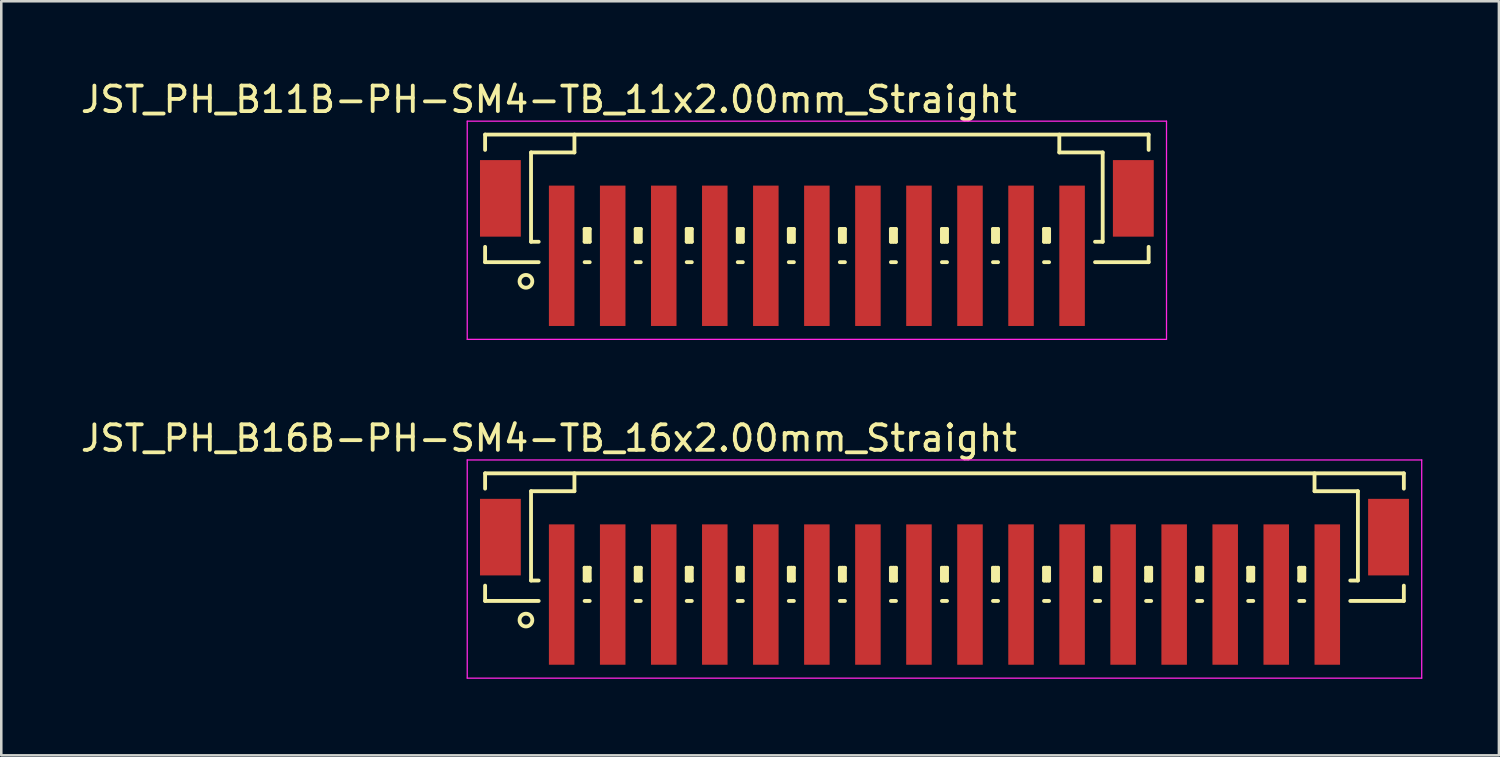
<source format=kicad_pcb>
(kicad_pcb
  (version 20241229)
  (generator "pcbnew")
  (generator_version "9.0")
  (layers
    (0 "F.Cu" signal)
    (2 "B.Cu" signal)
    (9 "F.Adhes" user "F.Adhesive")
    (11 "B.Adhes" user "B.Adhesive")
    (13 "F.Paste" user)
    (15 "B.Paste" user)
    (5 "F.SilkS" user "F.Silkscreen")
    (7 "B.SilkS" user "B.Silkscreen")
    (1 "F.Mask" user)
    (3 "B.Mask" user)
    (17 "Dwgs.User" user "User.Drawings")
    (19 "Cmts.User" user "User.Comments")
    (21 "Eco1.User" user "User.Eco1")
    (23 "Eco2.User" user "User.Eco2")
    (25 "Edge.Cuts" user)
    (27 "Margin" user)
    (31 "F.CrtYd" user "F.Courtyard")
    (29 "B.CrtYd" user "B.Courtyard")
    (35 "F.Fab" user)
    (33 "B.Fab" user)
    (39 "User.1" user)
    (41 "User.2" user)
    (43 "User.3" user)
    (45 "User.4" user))
  (footprint "JST_PH_B16B-PH-SM4-TB_16x2.00mm_Straight"
    (layer "F.Cu")
    (at 33.958 19.122)
    (property "Reference" "JST_PH_B16B-PH-SM4-TB_16x2.00mm_Straight" (at -15.5 -5 0) (layer "F.SilkS") (effects (font (size 1 1) (thickness 0.15))))
    (attr smd)
    (fp_line (start -18 -3.625) (end 18 -3.625) (stroke (width 0.15) (type solid)) (layer "F.SilkS"))
    (fp_line (start -18 -3.025) (end -18 -3.625) (stroke (width 0.15) (type solid)) (layer "F.SilkS"))
    (fp_line (start -18 0.775) (end -18 1.375) (stroke (width 0.15) (type solid)) (layer "F.SilkS"))
    (fp_line (start -18 1.375) (end -15.9 1.375) (stroke (width 0.15) (type solid)) (layer "F.SilkS"))
    (fp_line (start -16.2 -2.925) (end -16.2 0.575) (stroke (width 0.15) (type solid)) (layer "F.SilkS"))
    (fp_line (start -16.2 0.575) (end -15.9 0.575) (stroke (width 0.15) (type solid)) (layer "F.SilkS"))
    (fp_line (start -14.5 -3.625) (end -14.5 -2.925) (stroke (width 0.15) (type solid)) (layer "F.SilkS"))
    (fp_line (start -14.5 -2.925) (end -16.2 -2.925) (stroke (width 0.15) (type solid)) (layer "F.SilkS"))
    (fp_line (start -14.1 0.075) (end -13.9 0.075) (stroke (width 0.15) (type solid)) (layer "F.SilkS"))
    (fp_line (start -14.1 0.575) (end -14.1 0.075) (stroke (width 0.15) (type solid)) (layer "F.SilkS"))
    (fp_line (start -14.1 0.575) (end -13.9 0.575) (stroke (width 0.15) (type solid)) (layer "F.SilkS"))
    (fp_line (start -14.1 1.375) (end -13.9 1.375) (stroke (width 0.15) (type solid)) (layer "F.SilkS"))
    (fp_line (start -14 0.575) (end -14 0.075) (stroke (width 0.15) (type solid)) (layer "F.SilkS"))
    (fp_line (start -13.9 0.075) (end -13.9 0.575) (stroke (width 0.15) (type solid)) (layer "F.SilkS"))
    (fp_line (start -12.1 0.075) (end -11.9 0.075) (stroke (width 0.15) (type solid)) (layer "F.SilkS"))
    (fp_line (start -12.1 0.575) (end -12.1 0.075) (stroke (width 0.15) (type solid)) (layer "F.SilkS"))
    (fp_line (start -12.1 0.575) (end -11.9 0.575) (stroke (width 0.15) (type solid)) (layer "F.SilkS"))
    (fp_line (start -12.1 1.375) (end -11.9 1.375) (stroke (width 0.15) (type solid)) (layer "F.SilkS"))
    (fp_line (start -12 0.575) (end -12 0.075) (stroke (width 0.15) (type solid)) (layer "F.SilkS"))
    (fp_line (start -11.9 0.075) (end -11.9 0.575) (stroke (width 0.15) (type solid)) (layer "F.SilkS"))
    (fp_line (start -10.1 0.075) (end -9.9 0.075) (stroke (width 0.15) (type solid)) (layer "F.SilkS"))
    (fp_line (start -10.1 0.575) (end -10.1 0.075) (stroke (width 0.15) (type solid)) (layer "F.SilkS"))
    (fp_line (start -10.1 0.575) (end -9.9 0.575) (stroke (width 0.15) (type solid)) (layer "F.SilkS"))
    (fp_line (start -10.1 1.375) (end -9.9 1.375) (stroke (width 0.15) (type solid)) (layer "F.SilkS"))
    (fp_line (start -10 0.575) (end -10 0.075) (stroke (width 0.15) (type solid)) (layer "F.SilkS"))
    (fp_line (start -9.9 0.075) (end -9.9 0.575) (stroke (width 0.15) (type solid)) (layer "F.SilkS"))
    (fp_line (start -8.1 0.075) (end -7.9 0.075) (stroke (width 0.15) (type solid)) (layer "F.SilkS"))
    (fp_line (start -8.1 0.575) (end -8.1 0.075) (stroke (width 0.15) (type solid)) (layer "F.SilkS"))
    (fp_line (start -8.1 0.575) (end -7.9 0.575) (stroke (width 0.15) (type solid)) (layer "F.SilkS"))
    (fp_line (start -8.1 1.375) (end -7.9 1.375) (stroke (width 0.15) (type solid)) (layer "F.SilkS"))
    (fp_line (start -8 0.575) (end -8 0.075) (stroke (width 0.15) (type solid)) (layer "F.SilkS"))
    (fp_line (start -7.9 0.075) (end -7.9 0.575) (stroke (width 0.15) (type solid)) (layer "F.SilkS"))
    (fp_line (start -6.1 0.075) (end -5.9 0.075) (stroke (width 0.15) (type solid)) (layer "F.SilkS"))
    (fp_line (start -6.1 0.575) (end -6.1 0.075) (stroke (width 0.15) (type solid)) (layer "F.SilkS"))
    (fp_line (start -6.1 0.575) (end -5.9 0.575) (stroke (width 0.15) (type solid)) (layer "F.SilkS"))
    (fp_line (start -6.1 1.375) (end -5.9 1.375) (stroke (width 0.15) (type solid)) (layer "F.SilkS"))
    (fp_line (start -6 0.575) (end -6 0.075) (stroke (width 0.15) (type solid)) (layer "F.SilkS"))
    (fp_line (start -5.9 0.075) (end -5.9 0.575) (stroke (width 0.15) (type solid)) (layer "F.SilkS"))
    (fp_line (start -4.1 0.075) (end -3.9 0.075) (stroke (width 0.15) (type solid)) (layer "F.SilkS"))
    (fp_line (start -4.1 0.575) (end -4.1 0.075) (stroke (width 0.15) (type solid)) (layer "F.SilkS"))
    (fp_line (start -4.1 0.575) (end -3.9 0.575) (stroke (width 0.15) (type solid)) (layer "F.SilkS"))
    (fp_line (start -4.1 1.375) (end -3.9 1.375) (stroke (width 0.15) (type solid)) (layer "F.SilkS"))
    (fp_line (start -4 0.575) (end -4 0.075) (stroke (width 0.15) (type solid)) (layer "F.SilkS"))
    (fp_line (start -3.9 0.075) (end -3.9 0.575) (stroke (width 0.15) (type solid)) (layer "F.SilkS"))
    (fp_line (start -2.1 0.075) (end -1.9 0.075) (stroke (width 0.15) (type solid)) (layer "F.SilkS"))
    (fp_line (start -2.1 0.575) (end -2.1 0.075) (stroke (width 0.15) (type solid)) (layer "F.SilkS"))
    (fp_line (start -2.1 0.575) (end -1.9 0.575) (stroke (width 0.15) (type solid)) (layer "F.SilkS"))
    (fp_line (start -2.1 1.375) (end -1.9 1.375) (stroke (width 0.15) (type solid)) (layer "F.SilkS"))
    (fp_line (start -2 0.575) (end -2 0.075) (stroke (width 0.15) (type solid)) (layer "F.SilkS"))
    (fp_line (start -1.9 0.075) (end -1.9 0.575) (stroke (width 0.15) (type solid)) (layer "F.SilkS"))
    (fp_line (start -0.1 0.075) (end 0.1 0.075) (stroke (width 0.15) (type solid)) (layer "F.SilkS"))
    (fp_line (start -0.1 0.575) (end -0.1 0.075) (stroke (width 0.15) (type solid)) (layer "F.SilkS"))
    (fp_line (start -0.1 0.575) (end 0.1 0.575) (stroke (width 0.15) (type solid)) (layer "F.SilkS"))
    (fp_line (start -0.1 1.375) (end 0.1 1.375) (stroke (width 0.15) (type solid)) (layer "F.SilkS"))
    (fp_line (start 0 0.575) (end 0 0.075) (stroke (width 0.15) (type solid)) (layer "F.SilkS"))
    (fp_line (start 0.1 0.075) (end 0.1 0.575) (stroke (width 0.15) (type solid)) (layer "F.SilkS"))
    (fp_line (start 1.9 0.075) (end 2.1 0.075) (stroke (width 0.15) (type solid)) (layer "F.SilkS"))
    (fp_line (start 1.9 0.575) (end 1.9 0.075) (stroke (width 0.15) (type solid)) (layer "F.SilkS"))
    (fp_line (start 1.9 0.575) (end 2.1 0.575) (stroke (width 0.15) (type solid)) (layer "F.SilkS"))
    (fp_line (start 1.9 1.375) (end 2.1 1.375) (stroke (width 0.15) (type solid)) (layer "F.SilkS"))
    (fp_line (start 2 0.575) (end 2 0.075) (stroke (width 0.15) (type solid)) (layer "F.SilkS"))
    (fp_line (start 2.1 0.075) (end 2.1 0.575) (stroke (width 0.15) (type solid)) (layer "F.SilkS"))
    (fp_line (start 3.9 0.075) (end 4.1 0.075) (stroke (width 0.15) (type solid)) (layer "F.SilkS"))
    (fp_line (start 3.9 0.575) (end 3.9 0.075) (stroke (width 0.15) (type solid)) (layer "F.SilkS"))
    (fp_line (start 3.9 0.575) (end 4.1 0.575) (stroke (width 0.15) (type solid)) (layer "F.SilkS"))
    (fp_line (start 3.9 1.375) (end 4.1 1.375) (stroke (width 0.15) (type solid)) (layer "F.SilkS"))
    (fp_line (start 4 0.575) (end 4 0.075) (stroke (width 0.15) (type solid)) (layer "F.SilkS"))
    (fp_line (start 4.1 0.075) (end 4.1 0.575) (stroke (width 0.15) (type solid)) (layer "F.SilkS"))
    (fp_line (start 5.9 0.075) (end 6.1 0.075) (stroke (width 0.15) (type solid)) (layer "F.SilkS"))
    (fp_line (start 5.9 0.575) (end 5.9 0.075) (stroke (width 0.15) (type solid)) (layer "F.SilkS"))
    (fp_line (start 5.9 0.575) (end 6.1 0.575) (stroke (width 0.15) (type solid)) (layer "F.SilkS"))
    (fp_line (start 5.9 1.375) (end 6.1 1.375) (stroke (width 0.15) (type solid)) (layer "F.SilkS"))
    (fp_line (start 6 0.575) (end 6 0.075) (stroke (width 0.15) (type solid)) (layer "F.SilkS"))
    (fp_line (start 6.1 0.075) (end 6.1 0.575) (stroke (width 0.15) (type solid)) (layer "F.SilkS"))
    (fp_line (start 7.9 0.075) (end 8.1 0.075) (stroke (width 0.15) (type solid)) (layer "F.SilkS"))
    (fp_line (start 7.9 0.575) (end 7.9 0.075) (stroke (width 0.15) (type solid)) (layer "F.SilkS"))
    (fp_line (start 7.9 0.575) (end 8.1 0.575) (stroke (width 0.15) (type solid)) (layer "F.SilkS"))
    (fp_line (start 7.9 1.375) (end 8.1 1.375) (stroke (width 0.15) (type solid)) (layer "F.SilkS"))
    (fp_line (start 8 0.575) (end 8 0.075) (stroke (width 0.15) (type solid)) (layer "F.SilkS"))
    (fp_line (start 8.1 0.075) (end 8.1 0.575) (stroke (width 0.15) (type solid)) (layer "F.SilkS"))
    (fp_line (start 9.9 0.075) (end 10.1 0.075) (stroke (width 0.15) (type solid)) (layer "F.SilkS"))
    (fp_line (start 9.9 0.575) (end 9.9 0.075) (stroke (width 0.15) (type solid)) (layer "F.SilkS"))
    (fp_line (start 9.9 0.575) (end 10.1 0.575) (stroke (width 0.15) (type solid)) (layer "F.SilkS"))
    (fp_line (start 9.9 1.375) (end 10.1 1.375) (stroke (width 0.15) (type solid)) (layer "F.SilkS"))
    (fp_line (start 10 0.575) (end 10 0.075) (stroke (width 0.15) (type solid)) (layer "F.SilkS"))
    (fp_line (start 10.1 0.075) (end 10.1 0.575) (stroke (width 0.15) (type solid)) (layer "F.SilkS"))
    (fp_line (start 11.9 0.075) (end 12.1 0.075) (stroke (width 0.15) (type solid)) (layer "F.SilkS"))
    (fp_line (start 11.9 0.575) (end 11.9 0.075) (stroke (width 0.15) (type solid)) (layer "F.SilkS"))
    (fp_line (start 11.9 0.575) (end 12.1 0.575) (stroke (width 0.15) (type solid)) (layer "F.SilkS"))
    (fp_line (start 11.9 1.375) (end 12.1 1.375) (stroke (width 0.15) (type solid)) (layer "F.SilkS"))
    (fp_line (start 12 0.575) (end 12 0.075) (stroke (width 0.15) (type solid)) (layer "F.SilkS"))
    (fp_line (start 12.1 0.075) (end 12.1 0.575) (stroke (width 0.15) (type solid)) (layer "F.SilkS"))
    (fp_line (start 13.9 0.075) (end 14.1 0.075) (stroke (width 0.15) (type solid)) (layer "F.SilkS"))
    (fp_line (start 13.9 0.575) (end 13.9 0.075) (stroke (width 0.15) (type solid)) (layer "F.SilkS"))
    (fp_line (start 13.9 0.575) (end 14.1 0.575) (stroke (width 0.15) (type solid)) (layer "F.SilkS"))
    (fp_line (start 13.9 1.375) (end 14.1 1.375) (stroke (width 0.15) (type solid)) (layer "F.SilkS"))
    (fp_line (start 14 0.575) (end 14 0.075) (stroke (width 0.15) (type solid)) (layer "F.SilkS"))
    (fp_line (start 14.1 0.075) (end 14.1 0.575) (stroke (width 0.15) (type solid)) (layer "F.SilkS"))
    (fp_line (start 14.5 -3.625) (end 14.5 -2.925) (stroke (width 0.15) (type solid)) (layer "F.SilkS"))
    (fp_line (start 14.5 -2.925) (end 16.2 -2.925) (stroke (width 0.15) (type solid)) (layer "F.SilkS"))
    (fp_line (start 16.2 -2.925) (end 16.2 0.575) (stroke (width 0.15) (type solid)) (layer "F.SilkS"))
    (fp_line (start 16.2 0.575) (end 15.9 0.575) (stroke (width 0.15) (type solid)) (layer "F.SilkS"))
    (fp_line (start 18 -3.625) (end 18 -3.025) (stroke (width 0.15) (type solid)) (layer "F.SilkS"))
    (fp_line (start 18 0.775) (end 18 1.375) (stroke (width 0.15) (type solid)) (layer "F.SilkS"))
    (fp_line (start 18 1.375) (end 15.9 1.375) (stroke (width 0.15) (type solid)) (layer "F.SilkS"))
    (fp_circle (center -16.4 2.125) (end -16.15 2.125) (stroke (width 0.15) (type solid)) (fill no) (layer "F.SilkS"))
    (fp_line (start -18.7 -4.15) (end 18.7 -4.15) (stroke (width 0.05) (type solid)) (layer "F.CrtYd"))
    (fp_line (start -18.7 4.4) (end -18.7 -4.15) (stroke (width 0.05) (type solid)) (layer "F.CrtYd"))
    (fp_line (start 18.7 -4.15) (end 18.7 4.4) (stroke (width 0.05) (type solid)) (layer "F.CrtYd"))
    (fp_line (start 18.7 4.4) (end -18.7 4.4) (stroke (width 0.05) (type solid)) (layer "F.CrtYd"))
    (pad "" smd rect (at -17.4 -1.125) (size 1.6 3) (layers "F.Cu" "F.Mask" "F.Paste"))
    (pad "" smd rect (at 17.4 -1.125) (size 1.6 3) (layers "F.Cu" "F.Mask" "F.Paste"))
    (pad "1" smd rect (at -15 1.125) (size 1 5.5) (layers "F.Cu" "F.Mask" "F.Paste"))
    (pad "2" smd rect (at -13 1.125) (size 1 5.5) (layers "F.Cu" "F.Mask" "F.Paste"))
    (pad "3" smd rect (at -11 1.125) (size 1 5.5) (layers "F.Cu" "F.Mask" "F.Paste"))
    (pad "4" smd rect (at -9 1.125) (size 1 5.5) (layers "F.Cu" "F.Mask" "F.Paste"))
    (pad "5" smd rect (at -7 1.125) (size 1 5.5) (layers "F.Cu" "F.Mask" "F.Paste"))
    (pad "6" smd rect (at -5 1.125) (size 1 5.5) (layers "F.Cu" "F.Mask" "F.Paste"))
    (pad "7" smd rect (at -3 1.125) (size 1 5.5) (layers "F.Cu" "F.Mask" "F.Paste"))
    (pad "8" smd rect (at -1 1.125) (size 1 5.5) (layers "F.Cu" "F.Mask" "F.Paste"))
    (pad "9" smd rect (at 1 1.125) (size 1 5.5) (layers "F.Cu" "F.Mask" "F.Paste"))
    (pad "10" smd rect (at 3 1.125) (size 1 5.5) (layers "F.Cu" "F.Mask" "F.Paste"))
    (pad "11" smd rect (at 5 1.125) (size 1 5.5) (layers "F.Cu" "F.Mask" "F.Paste"))
    (pad "12" smd rect (at 7 1.125) (size 1 5.5) (layers "F.Cu" "F.Mask" "F.Paste"))
    (pad "13" smd rect (at 9 1.125) (size 1 5.5) (layers "F.Cu" "F.Mask" "F.Paste"))
    (pad "14" smd rect (at 11 1.125) (size 1 5.5) (layers "F.Cu" "F.Mask" "F.Paste"))
    (pad "15" smd rect (at 13 1.125) (size 1 5.5) (layers "F.Cu" "F.Mask" "F.Paste"))
    (pad "16" smd rect (at 15 1.125) (size 1 5.5) (layers "F.Cu" "F.Mask" "F.Paste")))
  (footprint "JST_PH_B11B-PH-SM4-TB_11x2.00mm_Straight"
    (layer "F.Cu")
    (at 28.958 5.848)
    (property "Reference" "JST_PH_B11B-PH-SM4-TB_11x2.00mm_Straight" (at -10.5 -5 0) (layer "F.SilkS") (effects (font (size 1 1) (thickness 0.15))))
    (attr smd)
    (fp_line (start -13 -3.625) (end 13 -3.625) (stroke (width 0.15) (type solid)) (layer "F.SilkS"))
    (fp_line (start -13 -3.025) (end -13 -3.625) (stroke (width 0.15) (type solid)) (layer "F.SilkS"))
    (fp_line (start -13 0.775) (end -13 1.375) (stroke (width 0.15) (type solid)) (layer "F.SilkS"))
    (fp_line (start -13 1.375) (end -10.9 1.375) (stroke (width 0.15) (type solid)) (layer "F.SilkS"))
    (fp_line (start -11.2 -2.925) (end -11.2 0.575) (stroke (width 0.15) (type solid)) (layer "F.SilkS"))
    (fp_line (start -11.2 0.575) (end -10.9 0.575) (stroke (width 0.15) (type solid)) (layer "F.SilkS"))
    (fp_line (start -9.5 -3.625) (end -9.5 -2.925) (stroke (width 0.15) (type solid)) (layer "F.SilkS"))
    (fp_line (start -9.5 -2.925) (end -11.2 -2.925) (stroke (width 0.15) (type solid)) (layer "F.SilkS"))
    (fp_line (start -9.1 0.075) (end -8.9 0.075) (stroke (width 0.15) (type solid)) (layer "F.SilkS"))
    (fp_line (start -9.1 0.575) (end -9.1 0.075) (stroke (width 0.15) (type solid)) (layer "F.SilkS"))
    (fp_line (start -9.1 0.575) (end -8.9 0.575) (stroke (width 0.15) (type solid)) (layer "F.SilkS"))
    (fp_line (start -9.1 1.375) (end -8.9 1.375) (stroke (width 0.15) (type solid)) (layer "F.SilkS"))
    (fp_line (start -9 0.575) (end -9 0.075) (stroke (width 0.15) (type solid)) (layer "F.SilkS"))
    (fp_line (start -8.9 0.075) (end -8.9 0.575) (stroke (width 0.15) (type solid)) (layer "F.SilkS"))
    (fp_line (start -7.1 0.075) (end -6.9 0.075) (stroke (width 0.15) (type solid)) (layer "F.SilkS"))
    (fp_line (start -7.1 0.575) (end -7.1 0.075) (stroke (width 0.15) (type solid)) (layer "F.SilkS"))
    (fp_line (start -7.1 0.575) (end -6.9 0.575) (stroke (width 0.15) (type solid)) (layer "F.SilkS"))
    (fp_line (start -7.1 1.375) (end -6.9 1.375) (stroke (width 0.15) (type solid)) (layer "F.SilkS"))
    (fp_line (start -7 0.575) (end -7 0.075) (stroke (width 0.15) (type solid)) (layer "F.SilkS"))
    (fp_line (start -6.9 0.075) (end -6.9 0.575) (stroke (width 0.15) (type solid)) (layer "F.SilkS"))
    (fp_line (start -5.1 0.075) (end -4.9 0.075) (stroke (width 0.15) (type solid)) (layer "F.SilkS"))
    (fp_line (start -5.1 0.575) (end -5.1 0.075) (stroke (width 0.15) (type solid)) (layer "F.SilkS"))
    (fp_line (start -5.1 0.575) (end -4.9 0.575) (stroke (width 0.15) (type solid)) (layer "F.SilkS"))
    (fp_line (start -5.1 1.375) (end -4.9 1.375) (stroke (width 0.15) (type solid)) (layer "F.SilkS"))
    (fp_line (start -5 0.575) (end -5 0.075) (stroke (width 0.15) (type solid)) (layer "F.SilkS"))
    (fp_line (start -4.9 0.075) (end -4.9 0.575) (stroke (width 0.15) (type solid)) (layer "F.SilkS"))
    (fp_line (start -3.1 0.075) (end -2.9 0.075) (stroke (width 0.15) (type solid)) (layer "F.SilkS"))
    (fp_line (start -3.1 0.575) (end -3.1 0.075) (stroke (width 0.15) (type solid)) (layer "F.SilkS"))
    (fp_line (start -3.1 0.575) (end -2.9 0.575) (stroke (width 0.15) (type solid)) (layer "F.SilkS"))
    (fp_line (start -3.1 1.375) (end -2.9 1.375) (stroke (width 0.15) (type solid)) (layer "F.SilkS"))
    (fp_line (start -3 0.575) (end -3 0.075) (stroke (width 0.15) (type solid)) (layer "F.SilkS"))
    (fp_line (start -2.9 0.075) (end -2.9 0.575) (stroke (width 0.15) (type solid)) (layer "F.SilkS"))
    (fp_line (start -1.1 0.075) (end -0.9 0.075) (stroke (width 0.15) (type solid)) (layer "F.SilkS"))
    (fp_line (start -1.1 0.575) (end -1.1 0.075) (stroke (width 0.15) (type solid)) (layer "F.SilkS"))
    (fp_line (start -1.1 0.575) (end -0.9 0.575) (stroke (width 0.15) (type solid)) (layer "F.SilkS"))
    (fp_line (start -1.1 1.375) (end -0.9 1.375) (stroke (width 0.15) (type solid)) (layer "F.SilkS"))
    (fp_line (start -1 0.575) (end -1 0.075) (stroke (width 0.15) (type solid)) (layer "F.SilkS"))
    (fp_line (start -0.9 0.075) (end -0.9 0.575) (stroke (width 0.15) (type solid)) (layer "F.SilkS"))
    (fp_line (start 0.9 0.075) (end 1.1 0.075) (stroke (width 0.15) (type solid)) (layer "F.SilkS"))
    (fp_line (start 0.9 0.575) (end 0.9 0.075) (stroke (width 0.15) (type solid)) (layer "F.SilkS"))
    (fp_line (start 0.9 0.575) (end 1.1 0.575) (stroke (width 0.15) (type solid)) (layer "F.SilkS"))
    (fp_line (start 0.9 1.375) (end 1.1 1.375) (stroke (width 0.15) (type solid)) (layer "F.SilkS"))
    (fp_line (start 1 0.575) (end 1 0.075) (stroke (width 0.15) (type solid)) (layer "F.SilkS"))
    (fp_line (start 1.1 0.075) (end 1.1 0.575) (stroke (width 0.15) (type solid)) (layer "F.SilkS"))
    (fp_line (start 2.9 0.075) (end 3.1 0.075) (stroke (width 0.15) (type solid)) (layer "F.SilkS"))
    (fp_line (start 2.9 0.575) (end 2.9 0.075) (stroke (width 0.15) (type solid)) (layer "F.SilkS"))
    (fp_line (start 2.9 0.575) (end 3.1 0.575) (stroke (width 0.15) (type solid)) (layer "F.SilkS"))
    (fp_line (start 2.9 1.375) (end 3.1 1.375) (stroke (width 0.15) (type solid)) (layer "F.SilkS"))
    (fp_line (start 3 0.575) (end 3 0.075) (stroke (width 0.15) (type solid)) (layer "F.SilkS"))
    (fp_line (start 3.1 0.075) (end 3.1 0.575) (stroke (width 0.15) (type solid)) (layer "F.SilkS"))
    (fp_line (start 4.9 0.075) (end 5.1 0.075) (stroke (width 0.15) (type solid)) (layer "F.SilkS"))
    (fp_line (start 4.9 0.575) (end 4.9 0.075) (stroke (width 0.15) (type solid)) (layer "F.SilkS"))
    (fp_line (start 4.9 0.575) (end 5.1 0.575) (stroke (width 0.15) (type solid)) (layer "F.SilkS"))
    (fp_line (start 4.9 1.375) (end 5.1 1.375) (stroke (width 0.15) (type solid)) (layer "F.SilkS"))
    (fp_line (start 5 0.575) (end 5 0.075) (stroke (width 0.15) (type solid)) (layer "F.SilkS"))
    (fp_line (start 5.1 0.075) (end 5.1 0.575) (stroke (width 0.15) (type solid)) (layer "F.SilkS"))
    (fp_line (start 6.9 0.075) (end 7.1 0.075) (stroke (width 0.15) (type solid)) (layer "F.SilkS"))
    (fp_line (start 6.9 0.575) (end 6.9 0.075) (stroke (width 0.15) (type solid)) (layer "F.SilkS"))
    (fp_line (start 6.9 0.575) (end 7.1 0.575) (stroke (width 0.15) (type solid)) (layer "F.SilkS"))
    (fp_line (start 6.9 1.375) (end 7.1 1.375) (stroke (width 0.15) (type solid)) (layer "F.SilkS"))
    (fp_line (start 7 0.575) (end 7 0.075) (stroke (width 0.15) (type solid)) (layer "F.SilkS"))
    (fp_line (start 7.1 0.075) (end 7.1 0.575) (stroke (width 0.15) (type solid)) (layer "F.SilkS"))
    (fp_line (start 8.9 0.075) (end 9.1 0.075) (stroke (width 0.15) (type solid)) (layer "F.SilkS"))
    (fp_line (start 8.9 0.575) (end 8.9 0.075) (stroke (width 0.15) (type solid)) (layer "F.SilkS"))
    (fp_line (start 8.9 0.575) (end 9.1 0.575) (stroke (width 0.15) (type solid)) (layer "F.SilkS"))
    (fp_line (start 8.9 1.375) (end 9.1 1.375) (stroke (width 0.15) (type solid)) (layer "F.SilkS"))
    (fp_line (start 9 0.575) (end 9 0.075) (stroke (width 0.15) (type solid)) (layer "F.SilkS"))
    (fp_line (start 9.1 0.075) (end 9.1 0.575) (stroke (width 0.15) (type solid)) (layer "F.SilkS"))
    (fp_line (start 9.5 -3.625) (end 9.5 -2.925) (stroke (width 0.15) (type solid)) (layer "F.SilkS"))
    (fp_line (start 9.5 -2.925) (end 11.2 -2.925) (stroke (width 0.15) (type solid)) (layer "F.SilkS"))
    (fp_line (start 11.2 -2.925) (end 11.2 0.575) (stroke (width 0.15) (type solid)) (layer "F.SilkS"))
    (fp_line (start 11.2 0.575) (end 10.9 0.575) (stroke (width 0.15) (type solid)) (layer "F.SilkS"))
    (fp_line (start 13 -3.625) (end 13 -3.025) (stroke (width 0.15) (type solid)) (layer "F.SilkS"))
    (fp_line (start 13 0.775) (end 13 1.375) (stroke (width 0.15) (type solid)) (layer "F.SilkS"))
    (fp_line (start 13 1.375) (end 10.9 1.375) (stroke (width 0.15) (type solid)) (layer "F.SilkS"))
    (fp_circle (center -11.4 2.125) (end -11.15 2.125) (stroke (width 0.15) (type solid)) (fill no) (layer "F.SilkS"))
    (fp_line (start -13.7 -4.15) (end 13.7 -4.15) (stroke (width 0.05) (type solid)) (layer "F.CrtYd"))
    (fp_line (start -13.7 4.4) (end -13.7 -4.15) (stroke (width 0.05) (type solid)) (layer "F.CrtYd"))
    (fp_line (start 13.7 -4.15) (end 13.7 4.4) (stroke (width 0.05) (type solid)) (layer "F.CrtYd"))
    (fp_line (start 13.7 4.4) (end -13.7 4.4) (stroke (width 0.05) (type solid)) (layer "F.CrtYd"))
    (pad "" smd rect (at -12.4 -1.125) (size 1.6 3) (layers "F.Cu" "F.Mask" "F.Paste"))
    (pad "" smd rect (at 12.4 -1.125) (size 1.6 3) (layers "F.Cu" "F.Mask" "F.Paste"))
    (pad "1" smd rect (at -10 1.125) (size 1 5.5) (layers "F.Cu" "F.Mask" "F.Paste"))
    (pad "2" smd rect (at -8 1.125) (size 1 5.5) (layers "F.Cu" "F.Mask" "F.Paste"))
    (pad "3" smd rect (at -6 1.125) (size 1 5.5) (layers "F.Cu" "F.Mask" "F.Paste"))
    (pad "4" smd rect (at -4 1.125) (size 1 5.5) (layers "F.Cu" "F.Mask" "F.Paste"))
    (pad "5" smd rect (at -2 1.125) (size 1 5.5) (layers "F.Cu" "F.Mask" "F.Paste"))
    (pad "6" smd rect (at 0 1.125) (size 1 5.5) (layers "F.Cu" "F.Mask" "F.Paste"))
    (pad "7" smd rect (at 2 1.125) (size 1 5.5) (layers "F.Cu" "F.Mask" "F.Paste"))
    (pad "8" smd rect (at 4 1.125) (size 1 5.5) (layers "F.Cu" "F.Mask" "F.Paste"))
    (pad "9" smd rect (at 6 1.125) (size 1 5.5) (layers "F.Cu" "F.Mask" "F.Paste"))
    (pad "10" smd rect (at 8 1.125) (size 1 5.5) (layers "F.Cu" "F.Mask" "F.Paste"))
    (pad "11" smd rect (at 10 1.125) (size 1 5.5) (layers "F.Cu" "F.Mask" "F.Paste")))
  (gr_rect
    (start -3 -3)
    (end 55.683 26.547)
    (stroke (width 0.1) (type default))
    (fill no)
    (layer "Edge.Cuts")))
</source>
